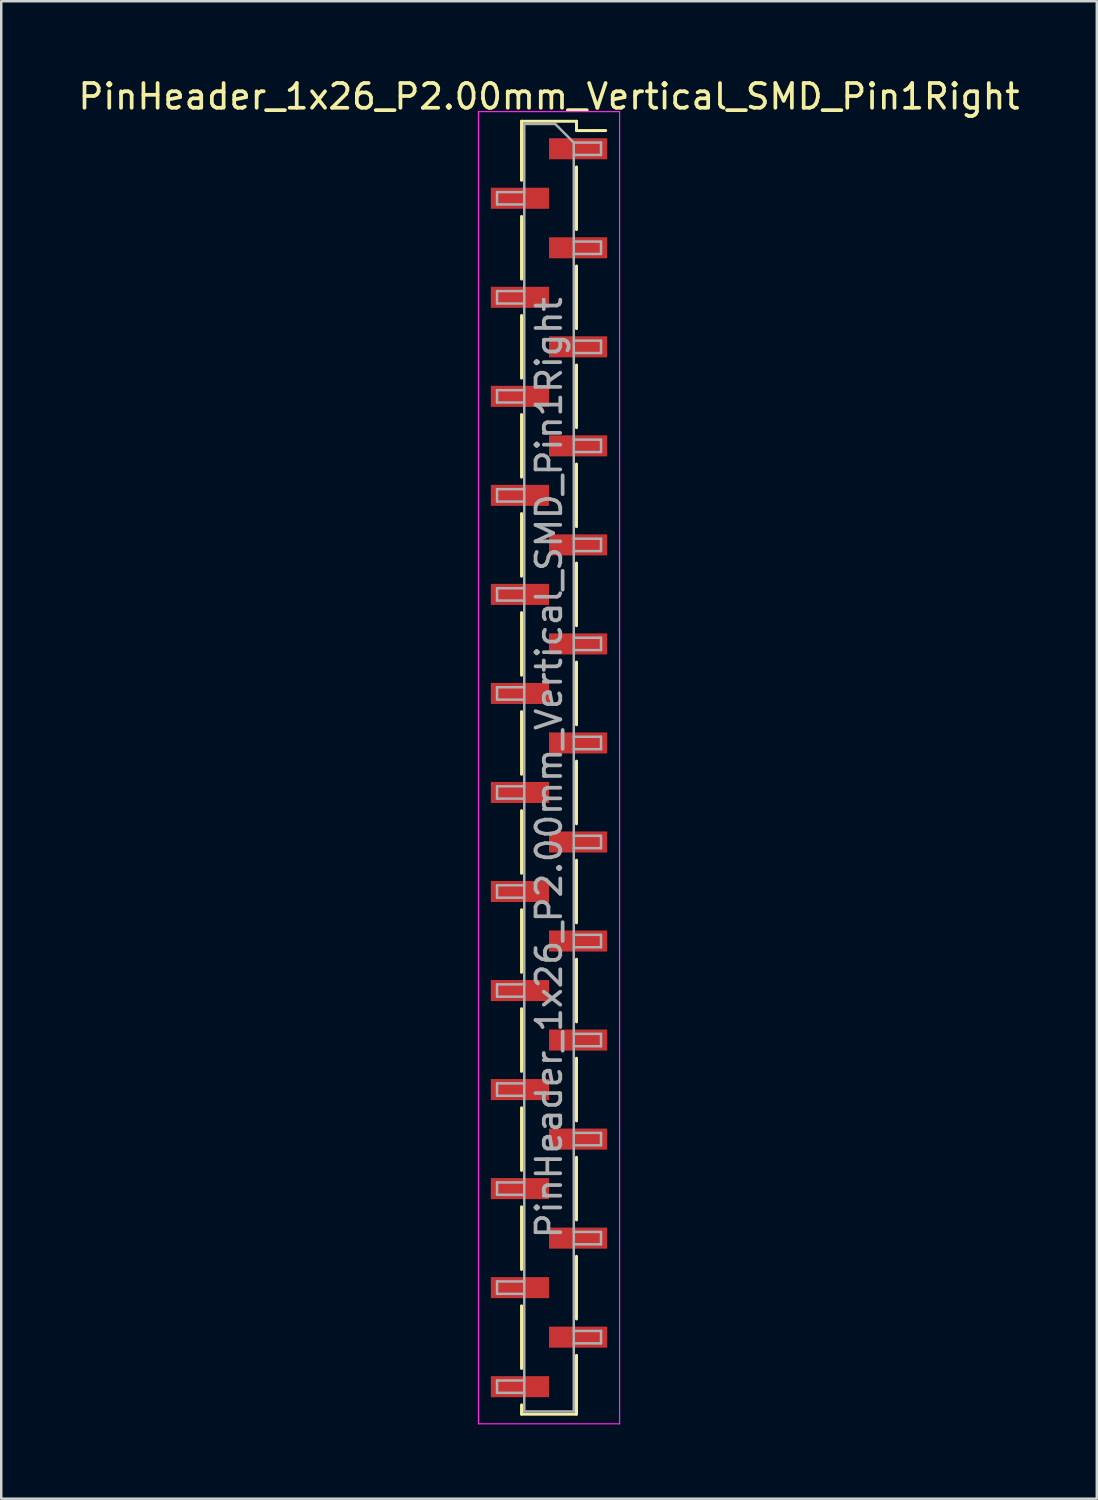
<source format=kicad_pcb>
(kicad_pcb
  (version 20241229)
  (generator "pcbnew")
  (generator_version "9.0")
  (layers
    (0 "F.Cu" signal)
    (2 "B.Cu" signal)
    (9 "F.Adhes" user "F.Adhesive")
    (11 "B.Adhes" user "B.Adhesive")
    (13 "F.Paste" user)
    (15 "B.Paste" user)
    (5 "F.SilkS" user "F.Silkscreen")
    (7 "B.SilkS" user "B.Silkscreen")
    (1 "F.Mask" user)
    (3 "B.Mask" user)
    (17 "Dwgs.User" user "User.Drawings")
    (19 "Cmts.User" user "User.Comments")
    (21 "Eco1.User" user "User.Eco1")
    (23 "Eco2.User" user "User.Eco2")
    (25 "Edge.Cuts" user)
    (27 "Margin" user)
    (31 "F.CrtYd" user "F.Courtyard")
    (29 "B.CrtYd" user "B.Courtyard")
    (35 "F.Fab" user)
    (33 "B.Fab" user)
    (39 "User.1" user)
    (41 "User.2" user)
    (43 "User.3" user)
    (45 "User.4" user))
  (footprint "PinHeader_1x26_P2.00mm_Vertical_SMD_Pin1Right"
    (layer "F.Cu")
    (at 19.125 27.958)
    (property "Reference" "PinHeader_1x26_P2.00mm_Vertical_SMD_Pin1Right" (at 0 -27.11 0) (layer "F.SilkS") (effects (font (size 1 1) (thickness 0.15))))
    (attr smd)
    (fp_line (start -1.11 -26.11) (end -1.11 -23.735) (stroke (width 0.12) (type solid)) (layer "F.SilkS"))
    (fp_line (start -1.11 -26.11) (end 1.11 -26.11) (stroke (width 0.12) (type solid)) (layer "F.SilkS"))
    (fp_line (start -1.11 -25.735) (end -1.11 -23.735) (stroke (width 0.12) (type solid)) (layer "F.SilkS"))
    (fp_line (start -1.11 -22.265) (end -1.11 -19.735) (stroke (width 0.12) (type solid)) (layer "F.SilkS"))
    (fp_line (start -1.11 -18.265) (end -1.11 -15.735) (stroke (width 0.12) (type solid)) (layer "F.SilkS"))
    (fp_line (start -1.11 -14.265) (end -1.11 -11.735) (stroke (width 0.12) (type solid)) (layer "F.SilkS"))
    (fp_line (start -1.11 -10.265) (end -1.11 -7.735) (stroke (width 0.12) (type solid)) (layer "F.SilkS"))
    (fp_line (start -1.11 -6.265) (end -1.11 -3.735) (stroke (width 0.12) (type solid)) (layer "F.SilkS"))
    (fp_line (start -1.11 -2.265) (end -1.11 0.265) (stroke (width 0.12) (type solid)) (layer "F.SilkS"))
    (fp_line (start -1.11 1.735) (end -1.11 4.265) (stroke (width 0.12) (type solid)) (layer "F.SilkS"))
    (fp_line (start -1.11 5.735) (end -1.11 8.265) (stroke (width 0.12) (type solid)) (layer "F.SilkS"))
    (fp_line (start -1.11 9.735) (end -1.11 12.265) (stroke (width 0.12) (type solid)) (layer "F.SilkS"))
    (fp_line (start -1.11 13.735) (end -1.11 16.265) (stroke (width 0.12) (type solid)) (layer "F.SilkS"))
    (fp_line (start -1.11 17.735) (end -1.11 20.265) (stroke (width 0.12) (type solid)) (layer "F.SilkS"))
    (fp_line (start -1.11 21.735) (end -1.11 24.265) (stroke (width 0.12) (type solid)) (layer "F.SilkS"))
    (fp_line (start -1.11 25.735) (end -1.11 26.11) (stroke (width 0.12) (type solid)) (layer "F.SilkS"))
    (fp_line (start -1.11 26.11) (end 1.11 26.11) (stroke (width 0.12) (type solid)) (layer "F.SilkS"))
    (fp_line (start 1.11 -26.11) (end 1.11 -25.735) (stroke (width 0.12) (type solid)) (layer "F.SilkS"))
    (fp_line (start 1.11 -25.735) (end 2.29 -25.735) (stroke (width 0.12) (type solid)) (layer "F.SilkS"))
    (fp_line (start 1.11 -24.265) (end 1.11 -21.735) (stroke (width 0.12) (type solid)) (layer "F.SilkS"))
    (fp_line (start 1.11 -20.265) (end 1.11 -17.735) (stroke (width 0.12) (type solid)) (layer "F.SilkS"))
    (fp_line (start 1.11 -16.265) (end 1.11 -13.735) (stroke (width 0.12) (type solid)) (layer "F.SilkS"))
    (fp_line (start 1.11 -12.265) (end 1.11 -9.735) (stroke (width 0.12) (type solid)) (layer "F.SilkS"))
    (fp_line (start 1.11 -8.265) (end 1.11 -5.735) (stroke (width 0.12) (type solid)) (layer "F.SilkS"))
    (fp_line (start 1.11 -4.265) (end 1.11 -1.735) (stroke (width 0.12) (type solid)) (layer "F.SilkS"))
    (fp_line (start 1.11 -0.265) (end 1.11 2.265) (stroke (width 0.12) (type solid)) (layer "F.SilkS"))
    (fp_line (start 1.11 3.735) (end 1.11 6.265) (stroke (width 0.12) (type solid)) (layer "F.SilkS"))
    (fp_line (start 1.11 7.735) (end 1.11 10.265) (stroke (width 0.12) (type solid)) (layer "F.SilkS"))
    (fp_line (start 1.11 11.735) (end 1.11 14.265) (stroke (width 0.12) (type solid)) (layer "F.SilkS"))
    (fp_line (start 1.11 15.735) (end 1.11 18.265) (stroke (width 0.12) (type solid)) (layer "F.SilkS"))
    (fp_line (start 1.11 19.735) (end 1.11 22.265) (stroke (width 0.12) (type solid)) (layer "F.SilkS"))
    (fp_line (start 1.11 23.735) (end 1.11 26.11) (stroke (width 0.12) (type solid)) (layer "F.SilkS"))
    (fp_line (start -2.85 -26.5) (end -2.85 26.5) (stroke (width 0.05) (type solid)) (layer "F.CrtYd"))
    (fp_line (start -2.85 26.5) (end 2.85 26.5) (stroke (width 0.05) (type solid)) (layer "F.CrtYd"))
    (fp_line (start 2.85 -26.5) (end -2.85 -26.5) (stroke (width 0.05) (type solid)) (layer "F.CrtYd"))
    (fp_line (start 2.85 26.5) (end 2.85 -26.5) (stroke (width 0.05) (type solid)) (layer "F.CrtYd"))
    (fp_line (start -2.1 -23.25) (end -2.1 -22.75) (stroke (width 0.1) (type solid)) (layer "F.Fab"))
    (fp_line (start -2.1 -22.75) (end -1 -22.75) (stroke (width 0.1) (type solid)) (layer "F.Fab"))
    (fp_line (start -2.1 -19.25) (end -2.1 -18.75) (stroke (width 0.1) (type solid)) (layer "F.Fab"))
    (fp_line (start -2.1 -18.75) (end -1 -18.75) (stroke (width 0.1) (type solid)) (layer "F.Fab"))
    (fp_line (start -2.1 -15.25) (end -2.1 -14.75) (stroke (width 0.1) (type solid)) (layer "F.Fab"))
    (fp_line (start -2.1 -14.75) (end -1 -14.75) (stroke (width 0.1) (type solid)) (layer "F.Fab"))
    (fp_line (start -2.1 -11.25) (end -2.1 -10.75) (stroke (width 0.1) (type solid)) (layer "F.Fab"))
    (fp_line (start -2.1 -10.75) (end -1 -10.75) (stroke (width 0.1) (type solid)) (layer "F.Fab"))
    (fp_line (start -2.1 -7.25) (end -2.1 -6.75) (stroke (width 0.1) (type solid)) (layer "F.Fab"))
    (fp_line (start -2.1 -6.75) (end -1 -6.75) (stroke (width 0.1) (type solid)) (layer "F.Fab"))
    (fp_line (start -2.1 -3.25) (end -2.1 -2.75) (stroke (width 0.1) (type solid)) (layer "F.Fab"))
    (fp_line (start -2.1 -2.75) (end -1 -2.75) (stroke (width 0.1) (type solid)) (layer "F.Fab"))
    (fp_line (start -2.1 0.75) (end -2.1 1.25) (stroke (width 0.1) (type solid)) (layer "F.Fab"))
    (fp_line (start -2.1 1.25) (end -1 1.25) (stroke (width 0.1) (type solid)) (layer "F.Fab"))
    (fp_line (start -2.1 4.75) (end -2.1 5.25) (stroke (width 0.1) (type solid)) (layer "F.Fab"))
    (fp_line (start -2.1 5.25) (end -1 5.25) (stroke (width 0.1) (type solid)) (layer "F.Fab"))
    (fp_line (start -2.1 8.75) (end -2.1 9.25) (stroke (width 0.1) (type solid)) (layer "F.Fab"))
    (fp_line (start -2.1 9.25) (end -1 9.25) (stroke (width 0.1) (type solid)) (layer "F.Fab"))
    (fp_line (start -2.1 12.75) (end -2.1 13.25) (stroke (width 0.1) (type solid)) (layer "F.Fab"))
    (fp_line (start -2.1 13.25) (end -1 13.25) (stroke (width 0.1) (type solid)) (layer "F.Fab"))
    (fp_line (start -2.1 16.75) (end -2.1 17.25) (stroke (width 0.1) (type solid)) (layer "F.Fab"))
    (fp_line (start -2.1 17.25) (end -1 17.25) (stroke (width 0.1) (type solid)) (layer "F.Fab"))
    (fp_line (start -2.1 20.75) (end -2.1 21.25) (stroke (width 0.1) (type solid)) (layer "F.Fab"))
    (fp_line (start -2.1 21.25) (end -1 21.25) (stroke (width 0.1) (type solid)) (layer "F.Fab"))
    (fp_line (start -2.1 24.75) (end -2.1 25.25) (stroke (width 0.1) (type solid)) (layer "F.Fab"))
    (fp_line (start -2.1 25.25) (end -1 25.25) (stroke (width 0.1) (type solid)) (layer "F.Fab"))
    (fp_line (start -1 -26) (end -1 26) (stroke (width 0.1) (type solid)) (layer "F.Fab"))
    (fp_line (start -1 -26) (end 0.25 -26) (stroke (width 0.1) (type solid)) (layer "F.Fab"))
    (fp_line (start -1 -23.25) (end -2.1 -23.25) (stroke (width 0.1) (type solid)) (layer "F.Fab"))
    (fp_line (start -1 -19.25) (end -2.1 -19.25) (stroke (width 0.1) (type solid)) (layer "F.Fab"))
    (fp_line (start -1 -15.25) (end -2.1 -15.25) (stroke (width 0.1) (type solid)) (layer "F.Fab"))
    (fp_line (start -1 -11.25) (end -2.1 -11.25) (stroke (width 0.1) (type solid)) (layer "F.Fab"))
    (fp_line (start -1 -7.25) (end -2.1 -7.25) (stroke (width 0.1) (type solid)) (layer "F.Fab"))
    (fp_line (start -1 -3.25) (end -2.1 -3.25) (stroke (width 0.1) (type solid)) (layer "F.Fab"))
    (fp_line (start -1 0.75) (end -2.1 0.75) (stroke (width 0.1) (type solid)) (layer "F.Fab"))
    (fp_line (start -1 4.75) (end -2.1 4.75) (stroke (width 0.1) (type solid)) (layer "F.Fab"))
    (fp_line (start -1 8.75) (end -2.1 8.75) (stroke (width 0.1) (type solid)) (layer "F.Fab"))
    (fp_line (start -1 12.75) (end -2.1 12.75) (stroke (width 0.1) (type solid)) (layer "F.Fab"))
    (fp_line (start -1 16.75) (end -2.1 16.75) (stroke (width 0.1) (type solid)) (layer "F.Fab"))
    (fp_line (start -1 20.75) (end -2.1 20.75) (stroke (width 0.1) (type solid)) (layer "F.Fab"))
    (fp_line (start -1 24.75) (end -2.1 24.75) (stroke (width 0.1) (type solid)) (layer "F.Fab"))
    (fp_line (start 1 -25.25) (end 0.25 -26) (stroke (width 0.1) (type solid)) (layer "F.Fab"))
    (fp_line (start 1 -25.25) (end 2.1 -25.25) (stroke (width 0.1) (type solid)) (layer "F.Fab"))
    (fp_line (start 1 -21.25) (end 2.1 -21.25) (stroke (width 0.1) (type solid)) (layer "F.Fab"))
    (fp_line (start 1 -17.25) (end 2.1 -17.25) (stroke (width 0.1) (type solid)) (layer "F.Fab"))
    (fp_line (start 1 -13.25) (end 2.1 -13.25) (stroke (width 0.1) (type solid)) (layer "F.Fab"))
    (fp_line (start 1 -9.25) (end 2.1 -9.25) (stroke (width 0.1) (type solid)) (layer "F.Fab"))
    (fp_line (start 1 -5.25) (end 2.1 -5.25) (stroke (width 0.1) (type solid)) (layer "F.Fab"))
    (fp_line (start 1 -1.25) (end 2.1 -1.25) (stroke (width 0.1) (type solid)) (layer "F.Fab"))
    (fp_line (start 1 2.75) (end 2.1 2.75) (stroke (width 0.1) (type solid)) (layer "F.Fab"))
    (fp_line (start 1 6.75) (end 2.1 6.75) (stroke (width 0.1) (type solid)) (layer "F.Fab"))
    (fp_line (start 1 10.75) (end 2.1 10.75) (stroke (width 0.1) (type solid)) (layer "F.Fab"))
    (fp_line (start 1 14.75) (end 2.1 14.75) (stroke (width 0.1) (type solid)) (layer "F.Fab"))
    (fp_line (start 1 18.75) (end 2.1 18.75) (stroke (width 0.1) (type solid)) (layer "F.Fab"))
    (fp_line (start 1 22.75) (end 2.1 22.75) (stroke (width 0.1) (type solid)) (layer "F.Fab"))
    (fp_line (start 1 26) (end -1 26) (stroke (width 0.1) (type solid)) (layer "F.Fab"))
    (fp_line (start 1 26) (end 1 -25.25) (stroke (width 0.1) (type solid)) (layer "F.Fab"))
    (fp_line (start 2.1 -25.25) (end 2.1 -24.75) (stroke (width 0.1) (type solid)) (layer "F.Fab"))
    (fp_line (start 2.1 -24.75) (end 1 -24.75) (stroke (width 0.1) (type solid)) (layer "F.Fab"))
    (fp_line (start 2.1 -21.25) (end 2.1 -20.75) (stroke (width 0.1) (type solid)) (layer "F.Fab"))
    (fp_line (start 2.1 -20.75) (end 1 -20.75) (stroke (width 0.1) (type solid)) (layer "F.Fab"))
    (fp_line (start 2.1 -17.25) (end 2.1 -16.75) (stroke (width 0.1) (type solid)) (layer "F.Fab"))
    (fp_line (start 2.1 -16.75) (end 1 -16.75) (stroke (width 0.1) (type solid)) (layer "F.Fab"))
    (fp_line (start 2.1 -13.25) (end 2.1 -12.75) (stroke (width 0.1) (type solid)) (layer "F.Fab"))
    (fp_line (start 2.1 -12.75) (end 1 -12.75) (stroke (width 0.1) (type solid)) (layer "F.Fab"))
    (fp_line (start 2.1 -9.25) (end 2.1 -8.75) (stroke (width 0.1) (type solid)) (layer "F.Fab"))
    (fp_line (start 2.1 -8.75) (end 1 -8.75) (stroke (width 0.1) (type solid)) (layer "F.Fab"))
    (fp_line (start 2.1 -5.25) (end 2.1 -4.75) (stroke (width 0.1) (type solid)) (layer "F.Fab"))
    (fp_line (start 2.1 -4.75) (end 1 -4.75) (stroke (width 0.1) (type solid)) (layer "F.Fab"))
    (fp_line (start 2.1 -1.25) (end 2.1 -0.75) (stroke (width 0.1) (type solid)) (layer "F.Fab"))
    (fp_line (start 2.1 -0.75) (end 1 -0.75) (stroke (width 0.1) (type solid)) (layer "F.Fab"))
    (fp_line (start 2.1 2.75) (end 2.1 3.25) (stroke (width 0.1) (type solid)) (layer "F.Fab"))
    (fp_line (start 2.1 3.25) (end 1 3.25) (stroke (width 0.1) (type solid)) (layer "F.Fab"))
    (fp_line (start 2.1 6.75) (end 2.1 7.25) (stroke (width 0.1) (type solid)) (layer "F.Fab"))
    (fp_line (start 2.1 7.25) (end 1 7.25) (stroke (width 0.1) (type solid)) (layer "F.Fab"))
    (fp_line (start 2.1 10.75) (end 2.1 11.25) (stroke (width 0.1) (type solid)) (layer "F.Fab"))
    (fp_line (start 2.1 11.25) (end 1 11.25) (stroke (width 0.1) (type solid)) (layer "F.Fab"))
    (fp_line (start 2.1 14.75) (end 2.1 15.25) (stroke (width 0.1) (type solid)) (layer "F.Fab"))
    (fp_line (start 2.1 15.25) (end 1 15.25) (stroke (width 0.1) (type solid)) (layer "F.Fab"))
    (fp_line (start 2.1 18.75) (end 2.1 19.25) (stroke (width 0.1) (type solid)) (layer "F.Fab"))
    (fp_line (start 2.1 19.25) (end 1 19.25) (stroke (width 0.1) (type solid)) (layer "F.Fab"))
    (fp_line (start 2.1 22.75) (end 2.1 23.25) (stroke (width 0.1) (type solid)) (layer "F.Fab"))
    (fp_line (start 2.1 23.25) (end 1 23.25) (stroke (width 0.1) (type solid)) (layer "F.Fab"))
    (fp_text user "${REFERENCE}" (at 0 0 90) (layer "F.Fab") (effects (font (size 1 1) (thickness 0.15))))
    (pad "1" smd rect (at 1.175 -25) (size 2.35 0.85) (layers "F.Cu" "F.Mask" "F.Paste"))
    (pad "2" smd rect (at -1.175 -23) (size 2.35 0.85) (layers "F.Cu" "F.Mask" "F.Paste"))
    (pad "3" smd rect (at 1.175 -21) (size 2.35 0.85) (layers "F.Cu" "F.Mask" "F.Paste"))
    (pad "4" smd rect (at -1.175 -19) (size 2.35 0.85) (layers "F.Cu" "F.Mask" "F.Paste"))
    (pad "5" smd rect (at 1.175 -17) (size 2.35 0.85) (layers "F.Cu" "F.Mask" "F.Paste"))
    (pad "6" smd rect (at -1.175 -15) (size 2.35 0.85) (layers "F.Cu" "F.Mask" "F.Paste"))
    (pad "7" smd rect (at 1.175 -13) (size 2.35 0.85) (layers "F.Cu" "F.Mask" "F.Paste"))
    (pad "8" smd rect (at -1.175 -11) (size 2.35 0.85) (layers "F.Cu" "F.Mask" "F.Paste"))
    (pad "9" smd rect (at 1.175 -9) (size 2.35 0.85) (layers "F.Cu" "F.Mask" "F.Paste"))
    (pad "10" smd rect (at -1.175 -7) (size 2.35 0.85) (layers "F.Cu" "F.Mask" "F.Paste"))
    (pad "11" smd rect (at 1.175 -5) (size 2.35 0.85) (layers "F.Cu" "F.Mask" "F.Paste"))
    (pad "12" smd rect (at -1.175 -3) (size 2.35 0.85) (layers "F.Cu" "F.Mask" "F.Paste"))
    (pad "13" smd rect (at 1.175 -1) (size 2.35 0.85) (layers "F.Cu" "F.Mask" "F.Paste"))
    (pad "14" smd rect (at -1.175 1) (size 2.35 0.85) (layers "F.Cu" "F.Mask" "F.Paste"))
    (pad "15" smd rect (at 1.175 3) (size 2.35 0.85) (layers "F.Cu" "F.Mask" "F.Paste"))
    (pad "16" smd rect (at -1.175 5) (size 2.35 0.85) (layers "F.Cu" "F.Mask" "F.Paste"))
    (pad "17" smd rect (at 1.175 7) (size 2.35 0.85) (layers "F.Cu" "F.Mask" "F.Paste"))
    (pad "18" smd rect (at -1.175 9) (size 2.35 0.85) (layers "F.Cu" "F.Mask" "F.Paste"))
    (pad "19" smd rect (at 1.175 11) (size 2.35 0.85) (layers "F.Cu" "F.Mask" "F.Paste"))
    (pad "20" smd rect (at -1.175 13) (size 2.35 0.85) (layers "F.Cu" "F.Mask" "F.Paste"))
    (pad "21" smd rect (at 1.175 15) (size 2.35 0.85) (layers "F.Cu" "F.Mask" "F.Paste"))
    (pad "22" smd rect (at -1.175 17) (size 2.35 0.85) (layers "F.Cu" "F.Mask" "F.Paste"))
    (pad "23" smd rect (at 1.175 19) (size 2.35 0.85) (layers "F.Cu" "F.Mask" "F.Paste"))
    (pad "24" smd rect (at -1.175 21) (size 2.35 0.85) (layers "F.Cu" "F.Mask" "F.Paste"))
    (pad "25" smd rect (at 1.175 23) (size 2.35 0.85) (layers "F.Cu" "F.Mask" "F.Paste"))
    (pad "26" smd rect (at -1.175 25) (size 2.35 0.85) (layers "F.Cu" "F.Mask" "F.Paste")))
  (gr_rect
    (start -3 -3)
    (end 41.25 57.483)
    (stroke (width 0.1) (type default))
    (fill no)
    (layer "Edge.Cuts")))
</source>
